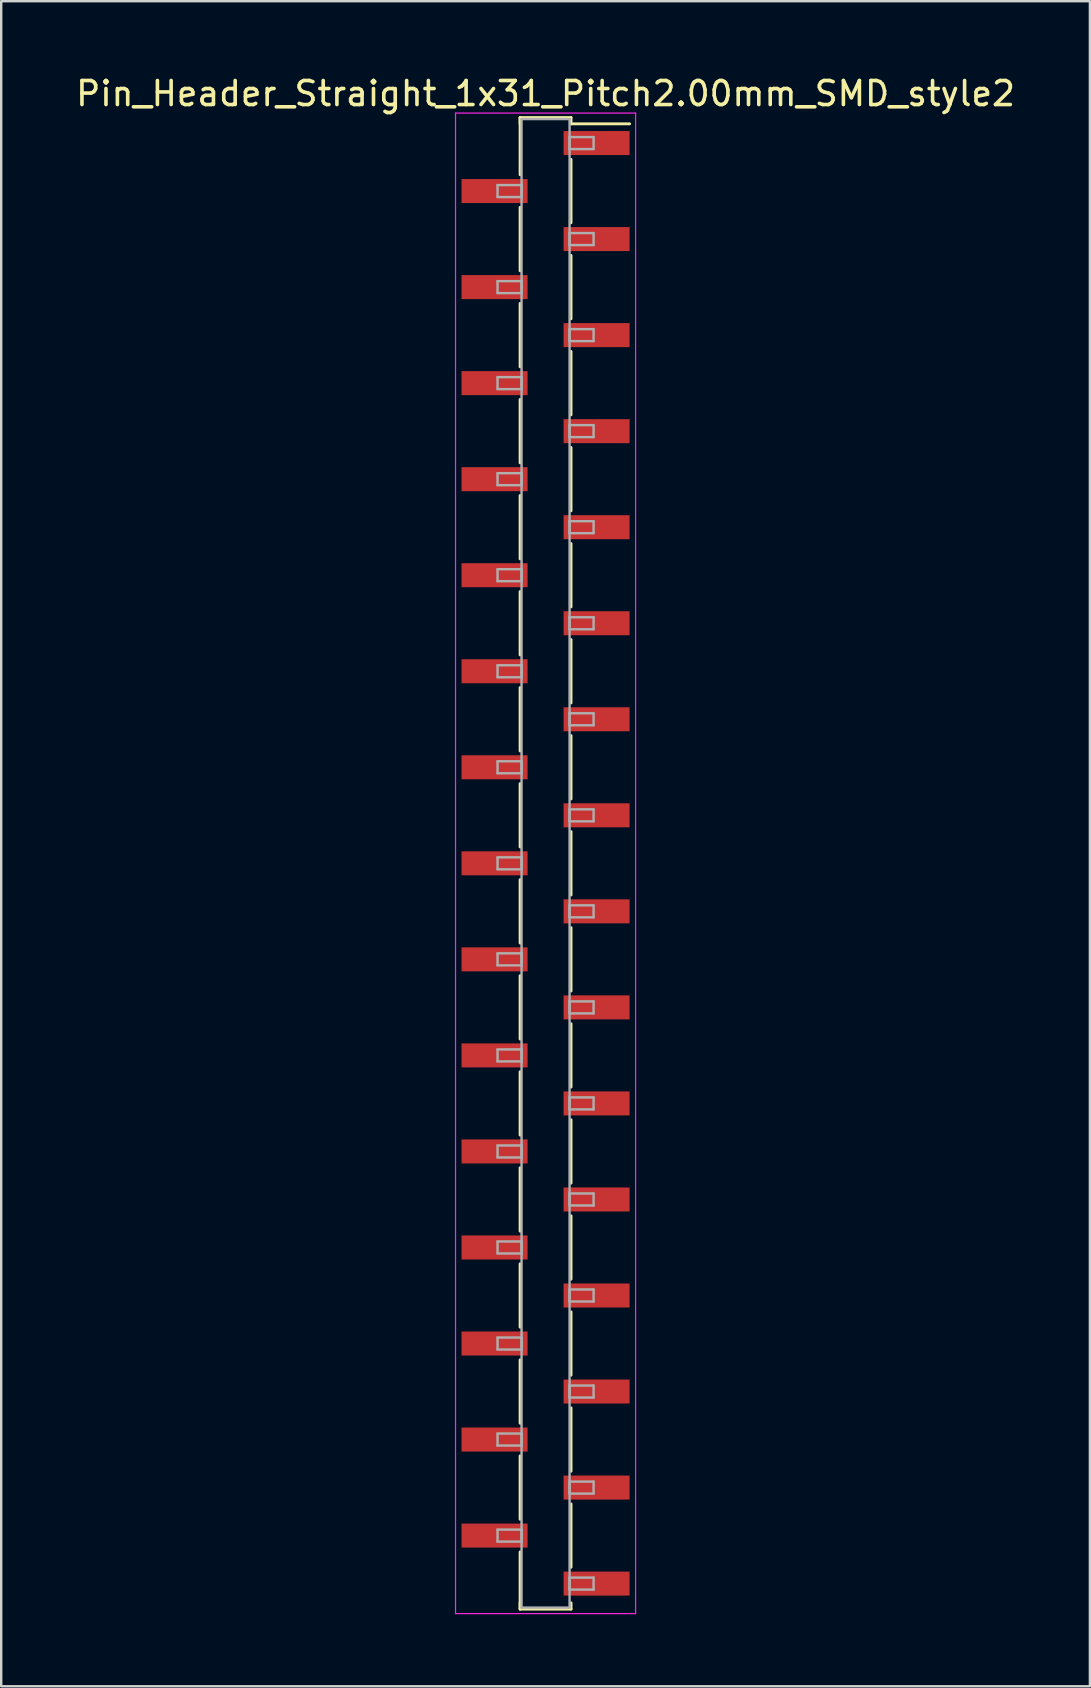
<source format=kicad_pcb>
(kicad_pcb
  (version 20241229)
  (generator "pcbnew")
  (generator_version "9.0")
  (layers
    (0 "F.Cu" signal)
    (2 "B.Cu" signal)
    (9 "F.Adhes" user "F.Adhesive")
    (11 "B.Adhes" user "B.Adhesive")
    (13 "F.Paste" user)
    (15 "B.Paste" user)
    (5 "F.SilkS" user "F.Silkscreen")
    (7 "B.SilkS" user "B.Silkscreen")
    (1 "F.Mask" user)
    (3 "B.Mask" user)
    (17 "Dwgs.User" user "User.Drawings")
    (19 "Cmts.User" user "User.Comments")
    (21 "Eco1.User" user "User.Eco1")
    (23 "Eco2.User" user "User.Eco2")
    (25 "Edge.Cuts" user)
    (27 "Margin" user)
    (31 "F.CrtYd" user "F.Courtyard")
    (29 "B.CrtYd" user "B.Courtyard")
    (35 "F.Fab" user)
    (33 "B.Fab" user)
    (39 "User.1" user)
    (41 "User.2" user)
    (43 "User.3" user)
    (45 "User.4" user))
  (footprint "Pin_Header_Straight_1x31_Pitch2.00mm_SMD_style2"
    (layer "F.Cu")
    (at 19.673 32.908)
    (property "Reference" "Pin_Header_Straight_1x31_Pitch2.00mm_SMD_style2" (at 0 -32.06 0) (layer "F.SilkS") (effects (font (size 1 1) (thickness 0.15))))
    (attr smd)
    (fp_line (start -1.06 -31.06) (end -1.06 -28.68) (stroke (width 0.12) (type solid)) (layer "F.SilkS"))
    (fp_line (start -1.06 -31.06) (end 1.06 -31.06) (stroke (width 0.12) (type solid)) (layer "F.SilkS"))
    (fp_line (start -1.06 -30.8) (end -1.06 -31.06) (stroke (width 0.12) (type solid)) (layer "F.SilkS"))
    (fp_line (start -1.06 -27.32) (end -1.06 -24.68) (stroke (width 0.12) (type solid)) (layer "F.SilkS"))
    (fp_line (start -1.06 -23.32) (end -1.06 -20.68) (stroke (width 0.12) (type solid)) (layer "F.SilkS"))
    (fp_line (start -1.06 -19.32) (end -1.06 -16.68) (stroke (width 0.12) (type solid)) (layer "F.SilkS"))
    (fp_line (start -1.06 -15.32) (end -1.06 -12.68) (stroke (width 0.12) (type solid)) (layer "F.SilkS"))
    (fp_line (start -1.06 -11.32) (end -1.06 -8.68) (stroke (width 0.12) (type solid)) (layer "F.SilkS"))
    (fp_line (start -1.06 -7.32) (end -1.06 -4.68) (stroke (width 0.12) (type solid)) (layer "F.SilkS"))
    (fp_line (start -1.06 -3.32) (end -1.06 -0.68) (stroke (width 0.12) (type solid)) (layer "F.SilkS"))
    (fp_line (start -1.06 0.68) (end -1.06 3.32) (stroke (width 0.12) (type solid)) (layer "F.SilkS"))
    (fp_line (start -1.06 4.68) (end -1.06 7.32) (stroke (width 0.12) (type solid)) (layer "F.SilkS"))
    (fp_line (start -1.06 8.68) (end -1.06 11.32) (stroke (width 0.12) (type solid)) (layer "F.SilkS"))
    (fp_line (start -1.06 12.68) (end -1.06 15.32) (stroke (width 0.12) (type solid)) (layer "F.SilkS"))
    (fp_line (start -1.06 16.68) (end -1.06 19.32) (stroke (width 0.12) (type solid)) (layer "F.SilkS"))
    (fp_line (start -1.06 20.68) (end -1.06 23.32) (stroke (width 0.12) (type solid)) (layer "F.SilkS"))
    (fp_line (start -1.06 24.68) (end -1.06 27.32) (stroke (width 0.12) (type solid)) (layer "F.SilkS"))
    (fp_line (start -1.06 28.68) (end -1.06 31.06) (stroke (width 0.12) (type solid)) (layer "F.SilkS"))
    (fp_line (start -1.06 30.8) (end -1.06 31.06) (stroke (width 0.12) (type solid)) (layer "F.SilkS"))
    (fp_line (start -1.06 31.06) (end 1.06 31.06) (stroke (width 0.12) (type solid)) (layer "F.SilkS"))
    (fp_line (start 1.06 -31.06) (end 1.06 -30.8) (stroke (width 0.12) (type solid)) (layer "F.SilkS"))
    (fp_line (start 1.06 -30.8) (end 3.5 -30.8) (stroke (width 0.12) (type solid)) (layer "F.SilkS"))
    (fp_line (start 1.06 -29.32) (end 1.06 -26.68) (stroke (width 0.12) (type solid)) (layer "F.SilkS"))
    (fp_line (start 1.06 -25.32) (end 1.06 -22.68) (stroke (width 0.12) (type solid)) (layer "F.SilkS"))
    (fp_line (start 1.06 -21.32) (end 1.06 -18.68) (stroke (width 0.12) (type solid)) (layer "F.SilkS"))
    (fp_line (start 1.06 -17.32) (end 1.06 -14.68) (stroke (width 0.12) (type solid)) (layer "F.SilkS"))
    (fp_line (start 1.06 -13.32) (end 1.06 -10.68) (stroke (width 0.12) (type solid)) (layer "F.SilkS"))
    (fp_line (start 1.06 -9.32) (end 1.06 -6.68) (stroke (width 0.12) (type solid)) (layer "F.SilkS"))
    (fp_line (start 1.06 -5.32) (end 1.06 -2.68) (stroke (width 0.12) (type solid)) (layer "F.SilkS"))
    (fp_line (start 1.06 -1.32) (end 1.06 1.32) (stroke (width 0.12) (type solid)) (layer "F.SilkS"))
    (fp_line (start 1.06 2.68) (end 1.06 5.32) (stroke (width 0.12) (type solid)) (layer "F.SilkS"))
    (fp_line (start 1.06 6.68) (end 1.06 9.32) (stroke (width 0.12) (type solid)) (layer "F.SilkS"))
    (fp_line (start 1.06 10.68) (end 1.06 13.32) (stroke (width 0.12) (type solid)) (layer "F.SilkS"))
    (fp_line (start 1.06 14.68) (end 1.06 17.32) (stroke (width 0.12) (type solid)) (layer "F.SilkS"))
    (fp_line (start 1.06 18.68) (end 1.06 21.32) (stroke (width 0.12) (type solid)) (layer "F.SilkS"))
    (fp_line (start 1.06 22.68) (end 1.06 25.32) (stroke (width 0.12) (type solid)) (layer "F.SilkS"))
    (fp_line (start 1.06 26.68) (end 1.06 29.32) (stroke (width 0.12) (type solid)) (layer "F.SilkS"))
    (fp_line (start 1.06 31.06) (end 1.06 30.8) (stroke (width 0.12) (type solid)) (layer "F.SilkS"))
    (fp_line (start -3.75 -31.25) (end -3.75 31.25) (stroke (width 0.05) (type solid)) (layer "F.CrtYd"))
    (fp_line (start -3.75 31.25) (end 3.75 31.25) (stroke (width 0.05) (type solid)) (layer "F.CrtYd"))
    (fp_line (start 3.75 -31.25) (end -3.75 -31.25) (stroke (width 0.05) (type solid)) (layer "F.CrtYd"))
    (fp_line (start 3.75 31.25) (end 3.75 -31.25) (stroke (width 0.05) (type solid)) (layer "F.CrtYd"))
    (fp_line (start -2 -28.25) (end -1 -28.25) (stroke (width 0.1) (type solid)) (layer "F.Fab"))
    (fp_line (start -2 -27.75) (end -2 -28.25) (stroke (width 0.1) (type solid)) (layer "F.Fab"))
    (fp_line (start -2 -24.25) (end -1 -24.25) (stroke (width 0.1) (type solid)) (layer "F.Fab"))
    (fp_line (start -2 -23.75) (end -2 -24.25) (stroke (width 0.1) (type solid)) (layer "F.Fab"))
    (fp_line (start -2 -20.25) (end -1 -20.25) (stroke (width 0.1) (type solid)) (layer "F.Fab"))
    (fp_line (start -2 -19.75) (end -2 -20.25) (stroke (width 0.1) (type solid)) (layer "F.Fab"))
    (fp_line (start -2 -16.25) (end -1 -16.25) (stroke (width 0.1) (type solid)) (layer "F.Fab"))
    (fp_line (start -2 -15.75) (end -2 -16.25) (stroke (width 0.1) (type solid)) (layer "F.Fab"))
    (fp_line (start -2 -12.25) (end -1 -12.25) (stroke (width 0.1) (type solid)) (layer "F.Fab"))
    (fp_line (start -2 -11.75) (end -2 -12.25) (stroke (width 0.1) (type solid)) (layer "F.Fab"))
    (fp_line (start -2 -8.25) (end -1 -8.25) (stroke (width 0.1) (type solid)) (layer "F.Fab"))
    (fp_line (start -2 -7.75) (end -2 -8.25) (stroke (width 0.1) (type solid)) (layer "F.Fab"))
    (fp_line (start -2 -4.25) (end -1 -4.25) (stroke (width 0.1) (type solid)) (layer "F.Fab"))
    (fp_line (start -2 -3.75) (end -2 -4.25) (stroke (width 0.1) (type solid)) (layer "F.Fab"))
    (fp_line (start -2 -0.25) (end -1 -0.25) (stroke (width 0.1) (type solid)) (layer "F.Fab"))
    (fp_line (start -2 0.25) (end -2 -0.25) (stroke (width 0.1) (type solid)) (layer "F.Fab"))
    (fp_line (start -2 3.75) (end -1 3.75) (stroke (width 0.1) (type solid)) (layer "F.Fab"))
    (fp_line (start -2 4.25) (end -2 3.75) (stroke (width 0.1) (type solid)) (layer "F.Fab"))
    (fp_line (start -2 7.75) (end -1 7.75) (stroke (width 0.1) (type solid)) (layer "F.Fab"))
    (fp_line (start -2 8.25) (end -2 7.75) (stroke (width 0.1) (type solid)) (layer "F.Fab"))
    (fp_line (start -2 11.75) (end -1 11.75) (stroke (width 0.1) (type solid)) (layer "F.Fab"))
    (fp_line (start -2 12.25) (end -2 11.75) (stroke (width 0.1) (type solid)) (layer "F.Fab"))
    (fp_line (start -2 15.75) (end -1 15.75) (stroke (width 0.1) (type solid)) (layer "F.Fab"))
    (fp_line (start -2 16.25) (end -2 15.75) (stroke (width 0.1) (type solid)) (layer "F.Fab"))
    (fp_line (start -2 19.75) (end -1 19.75) (stroke (width 0.1) (type solid)) (layer "F.Fab"))
    (fp_line (start -2 20.25) (end -2 19.75) (stroke (width 0.1) (type solid)) (layer "F.Fab"))
    (fp_line (start -2 23.75) (end -1 23.75) (stroke (width 0.1) (type solid)) (layer "F.Fab"))
    (fp_line (start -2 24.25) (end -2 23.75) (stroke (width 0.1) (type solid)) (layer "F.Fab"))
    (fp_line (start -2 27.75) (end -1 27.75) (stroke (width 0.1) (type solid)) (layer "F.Fab"))
    (fp_line (start -2 28.25) (end -2 27.75) (stroke (width 0.1) (type solid)) (layer "F.Fab"))
    (fp_line (start -1 -31) (end -1 31) (stroke (width 0.1) (type solid)) (layer "F.Fab"))
    (fp_line (start -1 -28.25) (end -1 -27.75) (stroke (width 0.1) (type solid)) (layer "F.Fab"))
    (fp_line (start -1 -27.75) (end -2 -27.75) (stroke (width 0.1) (type solid)) (layer "F.Fab"))
    (fp_line (start -1 -24.25) (end -1 -23.75) (stroke (width 0.1) (type solid)) (layer "F.Fab"))
    (fp_line (start -1 -23.75) (end -2 -23.75) (stroke (width 0.1) (type solid)) (layer "F.Fab"))
    (fp_line (start -1 -20.25) (end -1 -19.75) (stroke (width 0.1) (type solid)) (layer "F.Fab"))
    (fp_line (start -1 -19.75) (end -2 -19.75) (stroke (width 0.1) (type solid)) (layer "F.Fab"))
    (fp_line (start -1 -16.25) (end -1 -15.75) (stroke (width 0.1) (type solid)) (layer "F.Fab"))
    (fp_line (start -1 -15.75) (end -2 -15.75) (stroke (width 0.1) (type solid)) (layer "F.Fab"))
    (fp_line (start -1 -12.25) (end -1 -11.75) (stroke (width 0.1) (type solid)) (layer "F.Fab"))
    (fp_line (start -1 -11.75) (end -2 -11.75) (stroke (width 0.1) (type solid)) (layer "F.Fab"))
    (fp_line (start -1 -8.25) (end -1 -7.75) (stroke (width 0.1) (type solid)) (layer "F.Fab"))
    (fp_line (start -1 -7.75) (end -2 -7.75) (stroke (width 0.1) (type solid)) (layer "F.Fab"))
    (fp_line (start -1 -4.25) (end -1 -3.75) (stroke (width 0.1) (type solid)) (layer "F.Fab"))
    (fp_line (start -1 -3.75) (end -2 -3.75) (stroke (width 0.1) (type solid)) (layer "F.Fab"))
    (fp_line (start -1 -0.25) (end -1 0.25) (stroke (width 0.1) (type solid)) (layer "F.Fab"))
    (fp_line (start -1 0.25) (end -2 0.25) (stroke (width 0.1) (type solid)) (layer "F.Fab"))
    (fp_line (start -1 3.75) (end -1 4.25) (stroke (width 0.1) (type solid)) (layer "F.Fab"))
    (fp_line (start -1 4.25) (end -2 4.25) (stroke (width 0.1) (type solid)) (layer "F.Fab"))
    (fp_line (start -1 7.75) (end -1 8.25) (stroke (width 0.1) (type solid)) (layer "F.Fab"))
    (fp_line (start -1 8.25) (end -2 8.25) (stroke (width 0.1) (type solid)) (layer "F.Fab"))
    (fp_line (start -1 11.75) (end -1 12.25) (stroke (width 0.1) (type solid)) (layer "F.Fab"))
    (fp_line (start -1 12.25) (end -2 12.25) (stroke (width 0.1) (type solid)) (layer "F.Fab"))
    (fp_line (start -1 15.75) (end -1 16.25) (stroke (width 0.1) (type solid)) (layer "F.Fab"))
    (fp_line (start -1 16.25) (end -2 16.25) (stroke (width 0.1) (type solid)) (layer "F.Fab"))
    (fp_line (start -1 19.75) (end -1 20.25) (stroke (width 0.1) (type solid)) (layer "F.Fab"))
    (fp_line (start -1 20.25) (end -2 20.25) (stroke (width 0.1) (type solid)) (layer "F.Fab"))
    (fp_line (start -1 23.75) (end -1 24.25) (stroke (width 0.1) (type solid)) (layer "F.Fab"))
    (fp_line (start -1 24.25) (end -2 24.25) (stroke (width 0.1) (type solid)) (layer "F.Fab"))
    (fp_line (start -1 27.75) (end -1 28.25) (stroke (width 0.1) (type solid)) (layer "F.Fab"))
    (fp_line (start -1 28.25) (end -2 28.25) (stroke (width 0.1) (type solid)) (layer "F.Fab"))
    (fp_line (start -1 31) (end 1 31) (stroke (width 0.1) (type solid)) (layer "F.Fab"))
    (fp_line (start 1 -31) (end -1 -31) (stroke (width 0.1) (type solid)) (layer "F.Fab"))
    (fp_line (start 1 -30.25) (end 1 -29.75) (stroke (width 0.1) (type solid)) (layer "F.Fab"))
    (fp_line (start 1 -29.75) (end 2 -29.75) (stroke (width 0.1) (type solid)) (layer "F.Fab"))
    (fp_line (start 1 -26.25) (end 1 -25.75) (stroke (width 0.1) (type solid)) (layer "F.Fab"))
    (fp_line (start 1 -25.75) (end 2 -25.75) (stroke (width 0.1) (type solid)) (layer "F.Fab"))
    (fp_line (start 1 -22.25) (end 1 -21.75) (stroke (width 0.1) (type solid)) (layer "F.Fab"))
    (fp_line (start 1 -21.75) (end 2 -21.75) (stroke (width 0.1) (type solid)) (layer "F.Fab"))
    (fp_line (start 1 -18.25) (end 1 -17.75) (stroke (width 0.1) (type solid)) (layer "F.Fab"))
    (fp_line (start 1 -17.75) (end 2 -17.75) (stroke (width 0.1) (type solid)) (layer "F.Fab"))
    (fp_line (start 1 -14.25) (end 1 -13.75) (stroke (width 0.1) (type solid)) (layer "F.Fab"))
    (fp_line (start 1 -13.75) (end 2 -13.75) (stroke (width 0.1) (type solid)) (layer "F.Fab"))
    (fp_line (start 1 -10.25) (end 1 -9.75) (stroke (width 0.1) (type solid)) (layer "F.Fab"))
    (fp_line (start 1 -9.75) (end 2 -9.75) (stroke (width 0.1) (type solid)) (layer "F.Fab"))
    (fp_line (start 1 -6.25) (end 1 -5.75) (stroke (width 0.1) (type solid)) (layer "F.Fab"))
    (fp_line (start 1 -5.75) (end 2 -5.75) (stroke (width 0.1) (type solid)) (layer "F.Fab"))
    (fp_line (start 1 -2.25) (end 1 -1.75) (stroke (width 0.1) (type solid)) (layer "F.Fab"))
    (fp_line (start 1 -1.75) (end 2 -1.75) (stroke (width 0.1) (type solid)) (layer "F.Fab"))
    (fp_line (start 1 1.75) (end 1 2.25) (stroke (width 0.1) (type solid)) (layer "F.Fab"))
    (fp_line (start 1 2.25) (end 2 2.25) (stroke (width 0.1) (type solid)) (layer "F.Fab"))
    (fp_line (start 1 5.75) (end 1 6.25) (stroke (width 0.1) (type solid)) (layer "F.Fab"))
    (fp_line (start 1 6.25) (end 2 6.25) (stroke (width 0.1) (type solid)) (layer "F.Fab"))
    (fp_line (start 1 9.75) (end 1 10.25) (stroke (width 0.1) (type solid)) (layer "F.Fab"))
    (fp_line (start 1 10.25) (end 2 10.25) (stroke (width 0.1) (type solid)) (layer "F.Fab"))
    (fp_line (start 1 13.75) (end 1 14.25) (stroke (width 0.1) (type solid)) (layer "F.Fab"))
    (fp_line (start 1 14.25) (end 2 14.25) (stroke (width 0.1) (type solid)) (layer "F.Fab"))
    (fp_line (start 1 17.75) (end 1 18.25) (stroke (width 0.1) (type solid)) (layer "F.Fab"))
    (fp_line (start 1 18.25) (end 2 18.25) (stroke (width 0.1) (type solid)) (layer "F.Fab"))
    (fp_line (start 1 21.75) (end 1 22.25) (stroke (width 0.1) (type solid)) (layer "F.Fab"))
    (fp_line (start 1 22.25) (end 2 22.25) (stroke (width 0.1) (type solid)) (layer "F.Fab"))
    (fp_line (start 1 25.75) (end 1 26.25) (stroke (width 0.1) (type solid)) (layer "F.Fab"))
    (fp_line (start 1 26.25) (end 2 26.25) (stroke (width 0.1) (type solid)) (layer "F.Fab"))
    (fp_line (start 1 29.75) (end 1 30.25) (stroke (width 0.1) (type solid)) (layer "F.Fab"))
    (fp_line (start 1 30.25) (end 2 30.25) (stroke (width 0.1) (type solid)) (layer "F.Fab"))
    (fp_line (start 1 31) (end 1 -31) (stroke (width 0.1) (type solid)) (layer "F.Fab"))
    (fp_line (start 2 -30.25) (end 1 -30.25) (stroke (width 0.1) (type solid)) (layer "F.Fab"))
    (fp_line (start 2 -29.75) (end 2 -30.25) (stroke (width 0.1) (type solid)) (layer "F.Fab"))
    (fp_line (start 2 -26.25) (end 1 -26.25) (stroke (width 0.1) (type solid)) (layer "F.Fab"))
    (fp_line (start 2 -25.75) (end 2 -26.25) (stroke (width 0.1) (type solid)) (layer "F.Fab"))
    (fp_line (start 2 -22.25) (end 1 -22.25) (stroke (width 0.1) (type solid)) (layer "F.Fab"))
    (fp_line (start 2 -21.75) (end 2 -22.25) (stroke (width 0.1) (type solid)) (layer "F.Fab"))
    (fp_line (start 2 -18.25) (end 1 -18.25) (stroke (width 0.1) (type solid)) (layer "F.Fab"))
    (fp_line (start 2 -17.75) (end 2 -18.25) (stroke (width 0.1) (type solid)) (layer "F.Fab"))
    (fp_line (start 2 -14.25) (end 1 -14.25) (stroke (width 0.1) (type solid)) (layer "F.Fab"))
    (fp_line (start 2 -13.75) (end 2 -14.25) (stroke (width 0.1) (type solid)) (layer "F.Fab"))
    (fp_line (start 2 -10.25) (end 1 -10.25) (stroke (width 0.1) (type solid)) (layer "F.Fab"))
    (fp_line (start 2 -9.75) (end 2 -10.25) (stroke (width 0.1) (type solid)) (layer "F.Fab"))
    (fp_line (start 2 -6.25) (end 1 -6.25) (stroke (width 0.1) (type solid)) (layer "F.Fab"))
    (fp_line (start 2 -5.75) (end 2 -6.25) (stroke (width 0.1) (type solid)) (layer "F.Fab"))
    (fp_line (start 2 -2.25) (end 1 -2.25) (stroke (width 0.1) (type solid)) (layer "F.Fab"))
    (fp_line (start 2 -1.75) (end 2 -2.25) (stroke (width 0.1) (type solid)) (layer "F.Fab"))
    (fp_line (start 2 1.75) (end 1 1.75) (stroke (width 0.1) (type solid)) (layer "F.Fab"))
    (fp_line (start 2 2.25) (end 2 1.75) (stroke (width 0.1) (type solid)) (layer "F.Fab"))
    (fp_line (start 2 5.75) (end 1 5.75) (stroke (width 0.1) (type solid)) (layer "F.Fab"))
    (fp_line (start 2 6.25) (end 2 5.75) (stroke (width 0.1) (type solid)) (layer "F.Fab"))
    (fp_line (start 2 9.75) (end 1 9.75) (stroke (width 0.1) (type solid)) (layer "F.Fab"))
    (fp_line (start 2 10.25) (end 2 9.75) (stroke (width 0.1) (type solid)) (layer "F.Fab"))
    (fp_line (start 2 13.75) (end 1 13.75) (stroke (width 0.1) (type solid)) (layer "F.Fab"))
    (fp_line (start 2 14.25) (end 2 13.75) (stroke (width 0.1) (type solid)) (layer "F.Fab"))
    (fp_line (start 2 17.75) (end 1 17.75) (stroke (width 0.1) (type solid)) (layer "F.Fab"))
    (fp_line (start 2 18.25) (end 2 17.75) (stroke (width 0.1) (type solid)) (layer "F.Fab"))
    (fp_line (start 2 21.75) (end 1 21.75) (stroke (width 0.1) (type solid)) (layer "F.Fab"))
    (fp_line (start 2 22.25) (end 2 21.75) (stroke (width 0.1) (type solid)) (layer "F.Fab"))
    (fp_line (start 2 25.75) (end 1 25.75) (stroke (width 0.1) (type solid)) (layer "F.Fab"))
    (fp_line (start 2 26.25) (end 2 25.75) (stroke (width 0.1) (type solid)) (layer "F.Fab"))
    (fp_line (start 2 29.75) (end 1 29.75) (stroke (width 0.1) (type solid)) (layer "F.Fab"))
    (fp_line (start 2 30.25) (end 2 29.75) (stroke (width 0.1) (type solid)) (layer "F.Fab"))
    (pad "1" smd rect (at 2.125 -30) (size 2.75 1) (layers "F.Cu" "F.Mask"))
    (pad "2" smd rect (at -2.125 -28) (size 2.75 1) (layers "F.Cu" "F.Mask"))
    (pad "3" smd rect (at 2.125 -26) (size 2.75 1) (layers "F.Cu" "F.Mask"))
    (pad "4" smd rect (at -2.125 -24) (size 2.75 1) (layers "F.Cu" "F.Mask"))
    (pad "5" smd rect (at 2.125 -22) (size 2.75 1) (layers "F.Cu" "F.Mask"))
    (pad "6" smd rect (at -2.125 -20) (size 2.75 1) (layers "F.Cu" "F.Mask"))
    (pad "7" smd rect (at 2.125 -18) (size 2.75 1) (layers "F.Cu" "F.Mask"))
    (pad "8" smd rect (at -2.125 -16) (size 2.75 1) (layers "F.Cu" "F.Mask"))
    (pad "9" smd rect (at 2.125 -14) (size 2.75 1) (layers "F.Cu" "F.Mask"))
    (pad "10" smd rect (at -2.125 -12) (size 2.75 1) (layers "F.Cu" "F.Mask"))
    (pad "11" smd rect (at 2.125 -10) (size 2.75 1) (layers "F.Cu" "F.Mask"))
    (pad "12" smd rect (at -2.125 -8) (size 2.75 1) (layers "F.Cu" "F.Mask"))
    (pad "13" smd rect (at 2.125 -6) (size 2.75 1) (layers "F.Cu" "F.Mask"))
    (pad "14" smd rect (at -2.125 -4) (size 2.75 1) (layers "F.Cu" "F.Mask"))
    (pad "15" smd rect (at 2.125 -2) (size 2.75 1) (layers "F.Cu" "F.Mask"))
    (pad "16" smd rect (at -2.125 0) (size 2.75 1) (layers "F.Cu" "F.Mask"))
    (pad "17" smd rect (at 2.125 2) (size 2.75 1) (layers "F.Cu" "F.Mask"))
    (pad "18" smd rect (at -2.125 4) (size 2.75 1) (layers "F.Cu" "F.Mask"))
    (pad "19" smd rect (at 2.125 6) (size 2.75 1) (layers "F.Cu" "F.Mask"))
    (pad "20" smd rect (at -2.125 8) (size 2.75 1) (layers "F.Cu" "F.Mask"))
    (pad "21" smd rect (at 2.125 10) (size 2.75 1) (layers "F.Cu" "F.Mask"))
    (pad "22" smd rect (at -2.125 12) (size 2.75 1) (layers "F.Cu" "F.Mask"))
    (pad "23" smd rect (at 2.125 14) (size 2.75 1) (layers "F.Cu" "F.Mask"))
    (pad "24" smd rect (at -2.125 16) (size 2.75 1) (layers "F.Cu" "F.Mask"))
    (pad "25" smd rect (at 2.125 18) (size 2.75 1) (layers "F.Cu" "F.Mask"))
    (pad "26" smd rect (at -2.125 20) (size 2.75 1) (layers "F.Cu" "F.Mask"))
    (pad "27" smd rect (at 2.125 22) (size 2.75 1) (layers "F.Cu" "F.Mask"))
    (pad "28" smd rect (at -2.125 24) (size 2.75 1) (layers "F.Cu" "F.Mask"))
    (pad "29" smd rect (at 2.125 26) (size 2.75 1) (layers "F.Cu" "F.Mask"))
    (pad "30" smd rect (at -2.125 28) (size 2.75 1) (layers "F.Cu" "F.Mask"))
    (pad "31" smd rect (at 2.125 30) (size 2.75 1) (layers "F.Cu" "F.Mask")))
  (gr_rect
    (start -3 -3)
    (end 42.345 67.183)
    (stroke (width 0.1) (type default))
    (fill no)
    (layer "Edge.Cuts")))
</source>
